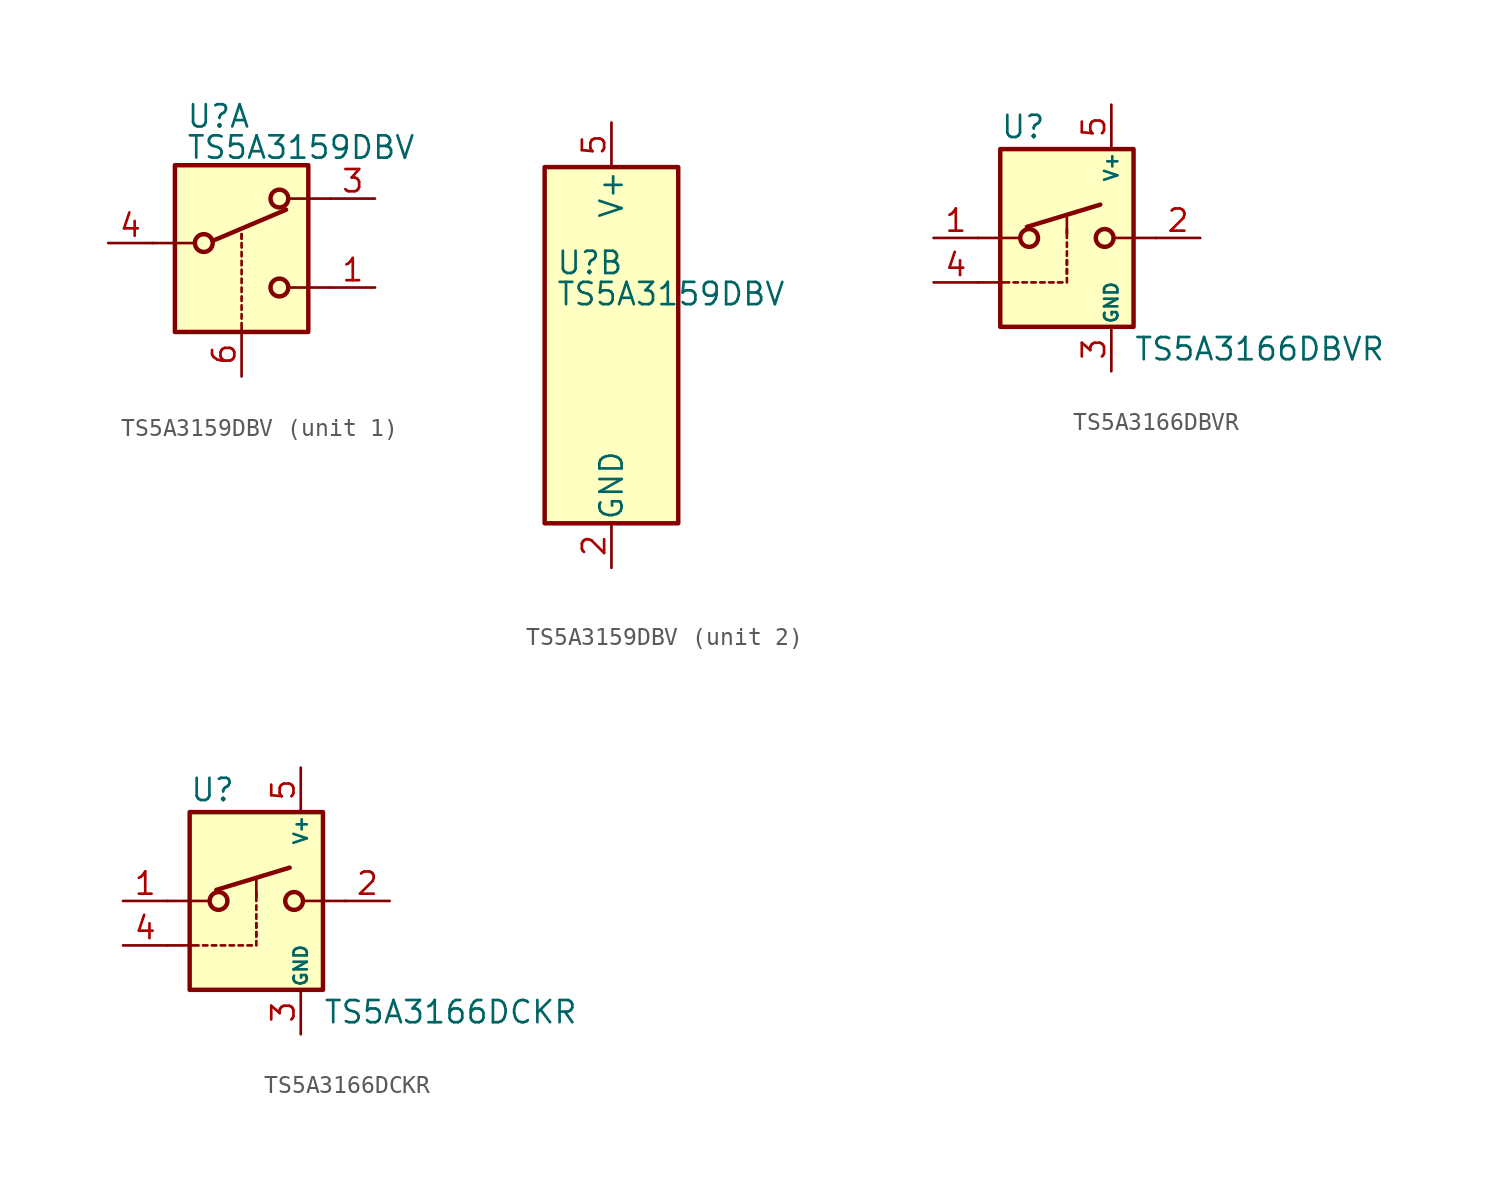
<source format=kicad_sym>
(kicad_symbol_lib
  (version 20211014)
  (generator kicad_symbol_editor)
  (symbol "TS5A3159DBV"
    (pin_names
      (offset 0.127))
    (property "Reference" "U"
      (at -3.175 4.699 0)
      (effects (font (size 1.27 1.27)) (justify left)))
    (property "Value" "TS5A3159DBV"
      (at -3.175 2.921 0)
      (effects (font (size 1.27 1.27)) (justify left)))
    (symbol "TS5A3159DBV_1_1"
      (rectangle (start -3.81 1.905) (end 3.81 -7.62) (stroke (width 0.254) (type default) (color 0 0 0 0)) (fill (type background)))
      (circle (center -2.159 -2.54) (radius 0.508) (stroke (width 0.254) (type default) (color 0 0 0 0)) (fill (type none)))
      (polyline (pts (xy -5.08 -2.54) (xy -2.794 -2.54)) (stroke (width 0) (type default) (color 0 0 0 0)) (fill (type none)))
      (polyline (pts (xy -1.651 -2.413) (xy 2.54 -0.635)) (stroke (width 0.254) (type default) (color 0 0 0 0)) (fill (type none)))
      (polyline (pts (xy 0 -7.62) (xy 0 -7.112)) (stroke (width 0) (type default) (color 0 0 0 0)) (fill (type none)))
      (polyline (pts (xy 0 -6.858) (xy 0 -6.604)) (stroke (width 0) (type default) (color 0 0 0 0)) (fill (type none)))
      (polyline (pts (xy 0 -6.35) (xy 0 -6.096)) (stroke (width 0) (type default) (color 0 0 0 0)) (fill (type none)))
      (polyline (pts (xy 0 -5.842) (xy 0 -5.588)) (stroke (width 0) (type default) (color 0 0 0 0)) (fill (type none)))
      (polyline (pts (xy 0 -5.334) (xy 0 -5.08)) (stroke (width 0) (type default) (color 0 0 0 0)) (fill (type none)))
      (polyline (pts (xy 0 -4.826) (xy 0 -4.572)) (stroke (width 0) (type default) (color 0 0 0 0)) (fill (type none)))
      (polyline (pts (xy 0 -4.318) (xy 0 -4.064)) (stroke (width 0) (type default) (color 0 0 0 0)) (fill (type none)))
      (polyline (pts (xy 0 -3.81) (xy 0 -3.556)) (stroke (width 0) (type default) (color 0 0 0 0)) (fill (type none)))
      (polyline (pts (xy 0 -3.302) (xy 0 -3.048)) (stroke (width 0) (type default) (color 0 0 0 0)) (fill (type none)))
      (polyline (pts (xy 0 -2.794) (xy 0 -2.54)) (stroke (width 0) (type default) (color 0 0 0 0)) (fill (type none)))
      (polyline (pts (xy 0 -2.286) (xy 0 -2.032)) (stroke (width 0) (type default) (color 0 0 0 0)) (fill (type none)))
      (polyline (pts (xy 0 -2.286) (xy 0 -2.032)) (stroke (width 0) (type default) (color 0 0 0 0)) (fill (type none)))
      (polyline (pts (xy 5.08 -5.08) (xy 2.794 -5.08)) (stroke (width 0) (type default) (color 0 0 0 0)) (fill (type none)))
      (polyline (pts (xy 5.08 0) (xy 2.794 0)) (stroke (width 0) (type default) (color 0 0 0 0)) (fill (type none)))
      (circle (center 2.159 -5.08) (radius 0.508) (stroke (width 0.254) (type default) (color 0 0 0 0)) (fill (type none)))
      (circle (center 2.159 0) (radius 0.508) (stroke (width 0.254) (type default) (color 0 0 0 0)) (fill (type none)))
      (pin passive line (at 7.62 -5.08 180) (length 2.54) (name "~" (effects (font (size 1.27 1.27)))) (number "1" (effects (font (size 1.27 1.27)))))
      (pin passive line (at 7.62 0 180) (length 2.54) (name "~" (effects (font (size 1.27 1.27)))) (number "3" (effects (font (size 1.27 1.27)))))
      (pin passive line (at -7.62 -2.54 0) (length 2.54) (name "~" (effects (font (size 1.27 1.27)))) (number "4" (effects (font (size 1.27 1.27)))))
      (pin input line (at 0 -10.16 90) (length 2.54) (name "~" (effects (font (size 1.27 1.27)))) (number "6" (effects (font (size 1.27 1.27))))))
    (symbol "TS5A3159DBV_2_0"
      (pin power_in line (at 0 -12.7 90) (length 2.54) (name "GND" (effects (font (size 1.27 1.27)))) (number "2" (effects (font (size 1.27 1.27)))))
      (pin power_in line (at 0 12.7 270) (length 2.54) (name "V+" (effects (font (size 1.27 1.27)))) (number "5" (effects (font (size 1.27 1.27))))))
    (symbol "TS5A3159DBV_2_1"
      (rectangle (start -3.81 10.16) (end 3.81 -10.16) (stroke (width 0.254) (type default) (color 0 0 0 0)) (fill (type background)))))
  (symbol "TS5A3166DBVR"
    (pin_names
      (offset 0.127))
    (property "Reference" "U"
      (at -3.81 6.35 0)
      (effects (font (size 1.27 1.27)) (justify left)))
    (property "Value" "TS5A3166DBVR"
      (at 3.81 -6.35 0)
      (effects (font (size 1.27 1.27)) (justify left)))
    (symbol "TS5A3166DBVR_0_1"
      (polyline (pts (xy -5.08 -2.54) (xy -3.302 -2.54)) (stroke (width 0) (type default) (color 0 0 0 0)) (fill (type none)))
      (polyline (pts (xy -3.048 -2.54) (xy -2.794 -2.54)) (stroke (width 0) (type default) (color 0 0 0 0)) (fill (type none)))
      (polyline (pts (xy -2.54 -2.54) (xy -2.286 -2.54)) (stroke (width 0) (type default) (color 0 0 0 0)) (fill (type none)))
      (polyline (pts (xy -2.032 -2.54) (xy -1.778 -2.54)) (stroke (width 0) (type default) (color 0 0 0 0)) (fill (type none)))
      (polyline (pts (xy -1.524 -2.54) (xy -1.27 -2.54)) (stroke (width 0) (type default) (color 0 0 0 0)) (fill (type none)))
      (polyline (pts (xy -1.016 -2.54) (xy -0.762 -2.54)) (stroke (width 0) (type default) (color 0 0 0 0)) (fill (type none)))
      (polyline (pts (xy -0.508 -2.54) (xy -0.254 -2.54)) (stroke (width 0) (type default) (color 0 0 0 0)) (fill (type none)))
      (polyline (pts (xy 0 -2.032) (xy 0 -1.778)) (stroke (width 0) (type default) (color 0 0 0 0)) (fill (type none)))
      (polyline (pts (xy 0 -1.524) (xy 0 -1.27)) (stroke (width 0) (type default) (color 0 0 0 0)) (fill (type none))))
    (symbol "TS5A3166DBVR_1_1"
      (rectangle (start -3.81 5.08) (end 3.81 -5.08) (stroke (width 0.254) (type default) (color 0 0 0 0)) (fill (type background)))
      (circle (center -2.159 0) (radius 0.508) (stroke (width 0.254) (type default) (color 0 0 0 0)) (fill (type none)))
      (polyline (pts (xy -5.08 0) (xy -2.794 0)) (stroke (width 0) (type default) (color 0 0 0 0)) (fill (type none)))
      (polyline (pts (xy -2.286 0.635) (xy 1.905 1.905)) (stroke (width 0.254) (type default) (color 0 0 0 0)) (fill (type none)))
      (polyline (pts (xy 0 -2.54) (xy 0 -2.286)) (stroke (width 0) (type default) (color 0 0 0 0)) (fill (type none)))
      (polyline (pts (xy 0 -2.032) (xy 0 -1.778)) (stroke (width 0) (type default) (color 0 0 0 0)) (fill (type none)))
      (polyline (pts (xy 0 -1.524) (xy 0 -1.27)) (stroke (width 0) (type default) (color 0 0 0 0)) (fill (type none)))
      (polyline (pts (xy 0 -1.016) (xy 0 -0.762)) (stroke (width 0) (type default) (color 0 0 0 0)) (fill (type none)))
      (polyline (pts (xy 0 -0.508) (xy 0 -0.254)) (stroke (width 0) (type default) (color 0 0 0 0)) (fill (type none)))
      (polyline (pts (xy 0 0) (xy 0 0.508)) (stroke (width 0) (type default) (color 0 0 0 0)) (fill (type none)))
      (polyline (pts (xy 0 0.254) (xy 0 1.27)) (stroke (width 0) (type default) (color 0 0 0 0)) (fill (type none)))
      (polyline (pts (xy 5.08 0) (xy 2.794 0)) (stroke (width 0) (type default) (color 0 0 0 0)) (fill (type none)))
      (circle (center 2.159 0) (radius 0.508) (stroke (width 0.254) (type default) (color 0 0 0 0)) (fill (type none)))
      (pin passive line (at -7.62 0 0) (length 2.54) (name "~" (effects (font (size 1.27 1.27)))) (number "1" (effects (font (size 1.27 1.27)))))
      (pin passive line (at 7.62 0 180) (length 2.54) (name "~" (effects (font (size 1.27 1.27)))) (number "2" (effects (font (size 1.27 1.27)))))
      (pin power_in line (at 2.54 -7.62 90) (length 2.54) (name "GND" (effects (font (size 0.762 0.762)))) (number "3" (effects (font (size 1.27 1.27)))))
      (pin input line (at -7.62 -2.54 0) (length 2.54) (name "~" (effects (font (size 1.27 1.27)))) (number "4" (effects (font (size 1.27 1.27)))))
      (pin power_in line (at 2.54 7.62 270) (length 2.54) (name "V+" (effects (font (size 0.762 0.762)))) (number "5" (effects (font (size 1.27 1.27)))))))
  (symbol "TS5A3166DCKR"
    (pin_names
      (offset 0.127))
    (property "Reference" "U"
      (at -3.81 6.35 0)
      (effects (font (size 1.27 1.27)) (justify left)))
    (property "Value" "TS5A3166DCKR"
      (at 3.81 -6.35 0)
      (effects (font (size 1.27 1.27)) (justify left)))
    (symbol "TS5A3166DCKR_0_1"
      (polyline (pts (xy -5.08 -2.54) (xy -3.302 -2.54)) (stroke (width 0) (type default) (color 0 0 0 0)) (fill (type none)))
      (polyline (pts (xy -3.048 -2.54) (xy -2.794 -2.54)) (stroke (width 0) (type default) (color 0 0 0 0)) (fill (type none)))
      (polyline (pts (xy -2.54 -2.54) (xy -2.286 -2.54)) (stroke (width 0) (type default) (color 0 0 0 0)) (fill (type none)))
      (polyline (pts (xy -2.032 -2.54) (xy -1.778 -2.54)) (stroke (width 0) (type default) (color 0 0 0 0)) (fill (type none)))
      (polyline (pts (xy -1.524 -2.54) (xy -1.27 -2.54)) (stroke (width 0) (type default) (color 0 0 0 0)) (fill (type none)))
      (polyline (pts (xy -1.016 -2.54) (xy -0.762 -2.54)) (stroke (width 0) (type default) (color 0 0 0 0)) (fill (type none)))
      (polyline (pts (xy -0.508 -2.54) (xy -0.254 -2.54)) (stroke (width 0) (type default) (color 0 0 0 0)) (fill (type none)))
      (polyline (pts (xy 0 -2.032) (xy 0 -1.778)) (stroke (width 0) (type default) (color 0 0 0 0)) (fill (type none)))
      (polyline (pts (xy 0 -1.524) (xy 0 -1.27)) (stroke (width 0) (type default) (color 0 0 0 0)) (fill (type none))))
    (symbol "TS5A3166DCKR_1_1"
      (rectangle (start -3.81 5.08) (end 3.81 -5.08) (stroke (width 0.254) (type default) (color 0 0 0 0)) (fill (type background)))
      (circle (center -2.159 0) (radius 0.508) (stroke (width 0.254) (type default) (color 0 0 0 0)) (fill (type none)))
      (polyline (pts (xy -5.08 0) (xy -2.794 0)) (stroke (width 0) (type default) (color 0 0 0 0)) (fill (type none)))
      (polyline (pts (xy -2.286 0.635) (xy 1.905 1.905)) (stroke (width 0.254) (type default) (color 0 0 0 0)) (fill (type none)))
      (polyline (pts (xy 0 -2.54) (xy 0 -2.286)) (stroke (width 0) (type default) (color 0 0 0 0)) (fill (type none)))
      (polyline (pts (xy 0 -2.032) (xy 0 -1.778)) (stroke (width 0) (type default) (color 0 0 0 0)) (fill (type none)))
      (polyline (pts (xy 0 -1.524) (xy 0 -1.27)) (stroke (width 0) (type default) (color 0 0 0 0)) (fill (type none)))
      (polyline (pts (xy 0 -1.016) (xy 0 -0.762)) (stroke (width 0) (type default) (color 0 0 0 0)) (fill (type none)))
      (polyline (pts (xy 0 -0.508) (xy 0 -0.254)) (stroke (width 0) (type default) (color 0 0 0 0)) (fill (type none)))
      (polyline (pts (xy 0 0) (xy 0 0.508)) (stroke (width 0) (type default) (color 0 0 0 0)) (fill (type none)))
      (polyline (pts (xy 0 0.254) (xy 0 1.27)) (stroke (width 0) (type default) (color 0 0 0 0)) (fill (type none)))
      (polyline (pts (xy 5.08 0) (xy 2.794 0)) (stroke (width 0) (type default) (color 0 0 0 0)) (fill (type none)))
      (circle (center 2.159 0) (radius 0.508) (stroke (width 0.254) (type default) (color 0 0 0 0)) (fill (type none)))
      (pin passive line (at -7.62 0 0) (length 2.54) (name "~" (effects (font (size 1.27 1.27)))) (number "1" (effects (font (size 1.27 1.27)))))
      (pin passive line (at 7.62 0 180) (length 2.54) (name "~" (effects (font (size 1.27 1.27)))) (number "2" (effects (font (size 1.27 1.27)))))
      (pin power_in line (at 2.54 -7.62 90) (length 2.54) (name "GND" (effects (font (size 0.762 0.762)))) (number "3" (effects (font (size 1.27 1.27)))))
      (pin input line (at -7.62 -2.54 0) (length 2.54) (name "~" (effects (font (size 1.27 1.27)))) (number "4" (effects (font (size 1.27 1.27)))))
      (pin power_in line (at 2.54 7.62 270) (length 2.54) (name "V+" (effects (font (size 0.762 0.762)))) (number "5" (effects (font (size 1.27 1.27))))))))
</source>
